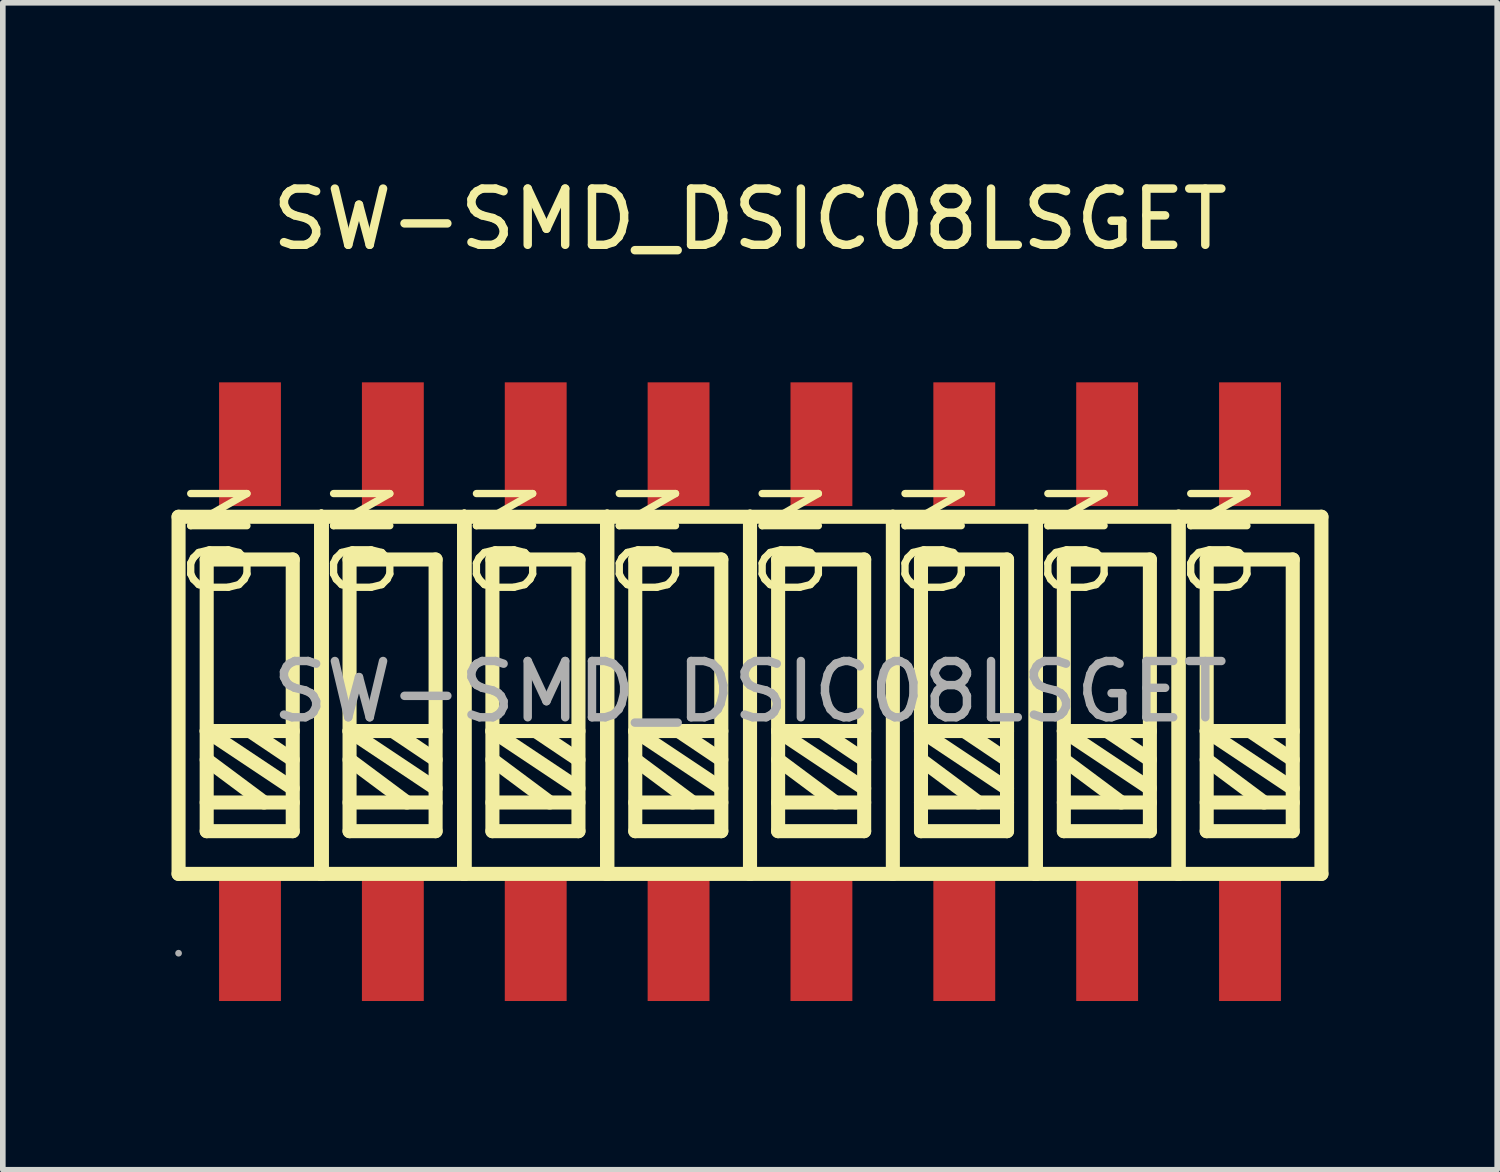
<source format=kicad_pcb>
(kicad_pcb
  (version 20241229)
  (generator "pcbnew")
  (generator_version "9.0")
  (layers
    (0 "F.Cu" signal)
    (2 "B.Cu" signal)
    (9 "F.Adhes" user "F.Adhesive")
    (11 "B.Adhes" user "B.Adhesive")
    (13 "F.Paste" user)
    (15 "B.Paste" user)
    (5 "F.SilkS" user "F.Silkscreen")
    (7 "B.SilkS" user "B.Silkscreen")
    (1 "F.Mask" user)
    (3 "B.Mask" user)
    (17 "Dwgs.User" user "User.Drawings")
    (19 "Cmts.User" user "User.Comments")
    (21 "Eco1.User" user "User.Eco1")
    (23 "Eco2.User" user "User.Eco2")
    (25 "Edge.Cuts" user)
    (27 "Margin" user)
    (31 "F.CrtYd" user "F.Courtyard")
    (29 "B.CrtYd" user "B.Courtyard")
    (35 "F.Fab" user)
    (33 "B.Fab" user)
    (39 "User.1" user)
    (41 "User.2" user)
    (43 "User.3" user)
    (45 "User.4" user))
  (footprint "SW-SMD_DSIC08LSGET"
    (layer "F.Cu")
    (at 10.285 9.248)
    (property "Reference" "SW-SMD_DSIC08LSGET" (at 0 -8.4 0) (layer "F.SilkS") (effects (font (size 1 1) (thickness 0.15))))
    (attr through_hole)
    (fp_line (start -10.16 -3.11) (end -7.62 -3.11) (stroke (width 0.25) (type solid)) (layer "F.SilkS"))
    (fp_line (start -10.16 3.24) (end -10.16 -3.11) (stroke (width 0.25) (type solid)) (layer "F.SilkS"))
    (fp_line (start -9.66 -2.35) (end -8.13 -2.35) (stroke (width 0.25) (type solid)) (layer "F.SilkS"))
    (fp_line (start -9.66 0.7) (end -8.13 0.7) (stroke (width 0.25) (type solid)) (layer "F.SilkS"))
    (fp_line (start -9.66 1.21) (end -8.64 1.97) (stroke (width 0.25) (type solid)) (layer "F.SilkS"))
    (fp_line (start -9.66 1.97) (end -8.13 1.97) (stroke (width 0.25) (type solid)) (layer "F.SilkS"))
    (fp_line (start -9.66 2.48) (end -9.66 -2.35) (stroke (width 0.25) (type solid)) (layer "F.SilkS"))
    (fp_line (start -8.89 0.7) (end -8.13 1.21) (stroke (width 0.25) (type solid)) (layer "F.SilkS"))
    (fp_line (start -8.13 -2.35) (end -8.13 2.48) (stroke (width 0.25) (type solid)) (layer "F.SilkS"))
    (fp_line (start -8.13 1.72) (end -9.66 0.7) (stroke (width 0.25) (type solid)) (layer "F.SilkS"))
    (fp_line (start -8.13 2.48) (end -9.66 2.48) (stroke (width 0.25) (type solid)) (layer "F.SilkS"))
    (fp_line (start -7.62 -3.11) (end -7.62 3.24) (stroke (width 0.25) (type solid)) (layer "F.SilkS"))
    (fp_line (start -7.62 -3.11) (end -7.62 3.24) (stroke (width 0.25) (type solid)) (layer "F.SilkS"))
    (fp_line (start -7.62 -3.11) (end -7.62 3.24) (stroke (width 0.25) (type solid)) (layer "F.SilkS"))
    (fp_line (start -7.62 3.24) (end -10.16 3.24) (stroke (width 0.25) (type solid)) (layer "F.SilkS"))
    (fp_line (start -7.62 3.24) (end -7.62 -3.11) (stroke (width 0.25) (type solid)) (layer "F.SilkS"))
    (fp_line (start -7.62 3.24) (end -7.62 -3.11) (stroke (width 0.25) (type solid)) (layer "F.SilkS"))
    (fp_line (start -7.62 3.24) (end -5.08 3.24) (stroke (width 0.25) (type solid)) (layer "F.SilkS"))
    (fp_line (start -7.12 -2.35) (end -7.12 2.48) (stroke (width 0.25) (type solid)) (layer "F.SilkS"))
    (fp_line (start -7.12 0.7) (end -5.59 1.72) (stroke (width 0.25) (type solid)) (layer "F.SilkS"))
    (fp_line (start -7.12 1.21) (end -6.1 1.97) (stroke (width 0.25) (type solid)) (layer "F.SilkS"))
    (fp_line (start -7.12 1.97) (end -5.59 1.97) (stroke (width 0.25) (type solid)) (layer "F.SilkS"))
    (fp_line (start -7.12 2.48) (end -5.59 2.48) (stroke (width 0.25) (type solid)) (layer "F.SilkS"))
    (fp_line (start -6.35 0.7) (end -5.59 1.21) (stroke (width 0.25) (type solid)) (layer "F.SilkS"))
    (fp_line (start -5.59 -2.35) (end -7.12 -2.35) (stroke (width 0.25) (type solid)) (layer "F.SilkS"))
    (fp_line (start -5.59 0.7) (end -7.12 0.7) (stroke (width 0.25) (type solid)) (layer "F.SilkS"))
    (fp_line (start -5.59 2.48) (end -5.59 -2.35) (stroke (width 0.25) (type solid)) (layer "F.SilkS"))
    (fp_line (start -5.08 -3.11) (end -7.62 -3.11) (stroke (width 0.25) (type solid)) (layer "F.SilkS"))
    (fp_line (start -5.08 -3.11) (end -5.08 3.24) (stroke (width 0.25) (type solid)) (layer "F.SilkS"))
    (fp_line (start -5.08 -3.11) (end -5.08 3.24) (stroke (width 0.25) (type solid)) (layer "F.SilkS"))
    (fp_line (start -5.08 3.24) (end -5.08 -3.11) (stroke (width 0.25) (type solid)) (layer "F.SilkS"))
    (fp_line (start -5.08 3.24) (end -5.08 -3.11) (stroke (width 0.25) (type solid)) (layer "F.SilkS"))
    (fp_line (start -5.08 3.24) (end -2.54 3.24) (stroke (width 0.25) (type solid)) (layer "F.SilkS"))
    (fp_line (start -4.58 -2.35) (end -3.05 -2.35) (stroke (width 0.25) (type solid)) (layer "F.SilkS"))
    (fp_line (start -4.58 0.7) (end -3.05 0.7) (stroke (width 0.25) (type solid)) (layer "F.SilkS"))
    (fp_line (start -4.58 1.21) (end -3.56 1.97) (stroke (width 0.25) (type solid)) (layer "F.SilkS"))
    (fp_line (start -4.58 1.97) (end -3.05 1.97) (stroke (width 0.25) (type solid)) (layer "F.SilkS"))
    (fp_line (start -4.58 2.48) (end -4.58 -2.35) (stroke (width 0.25) (type solid)) (layer "F.SilkS"))
    (fp_line (start -3.81 0.7) (end -3.05 1.21) (stroke (width 0.25) (type solid)) (layer "F.SilkS"))
    (fp_line (start -3.05 -2.35) (end -3.05 2.48) (stroke (width 0.25) (type solid)) (layer "F.SilkS"))
    (fp_line (start -3.05 1.72) (end -4.58 0.7) (stroke (width 0.25) (type solid)) (layer "F.SilkS"))
    (fp_line (start -3.05 2.48) (end -4.58 2.48) (stroke (width 0.25) (type solid)) (layer "F.SilkS"))
    (fp_line (start -2.54 -3.11) (end -5.08 -3.11) (stroke (width 0.25) (type solid)) (layer "F.SilkS"))
    (fp_line (start -2.54 -3.11) (end -2.54 3.24) (stroke (width 0.25) (type solid)) (layer "F.SilkS"))
    (fp_line (start -2.54 3.24) (end -2.54 -3.11) (stroke (width 0.25) (type solid)) (layer "F.SilkS"))
    (fp_line (start -2.54 3.24) (end -2.54 -3.11) (stroke (width 0.25) (type solid)) (layer "F.SilkS"))
    (fp_line (start -2.54 3.24) (end 0 3.24) (stroke (width 0.25) (type solid)) (layer "F.SilkS"))
    (fp_line (start -2.04 -2.35) (end -2.04 2.48) (stroke (width 0.25) (type solid)) (layer "F.SilkS"))
    (fp_line (start -2.04 0.7) (end -0.51 1.72) (stroke (width 0.25) (type solid)) (layer "F.SilkS"))
    (fp_line (start -2.04 1.21) (end -1.02 1.97) (stroke (width 0.25) (type solid)) (layer "F.SilkS"))
    (fp_line (start -2.04 1.97) (end -0.51 1.97) (stroke (width 0.25) (type solid)) (layer "F.SilkS"))
    (fp_line (start -2.04 2.48) (end -0.51 2.48) (stroke (width 0.25) (type solid)) (layer "F.SilkS"))
    (fp_line (start -1.27 0.7) (end -0.51 1.21) (stroke (width 0.25) (type solid)) (layer "F.SilkS"))
    (fp_line (start -0.51 -2.35) (end -2.04 -2.35) (stroke (width 0.25) (type solid)) (layer "F.SilkS"))
    (fp_line (start -0.51 0.7) (end -2.04 0.7) (stroke (width 0.25) (type solid)) (layer "F.SilkS"))
    (fp_line (start -0.51 2.48) (end -0.51 -2.35) (stroke (width 0.25) (type solid)) (layer "F.SilkS"))
    (fp_line (start 0 -3.11) (end -2.54 -3.11) (stroke (width 0.25) (type solid)) (layer "F.SilkS"))
    (fp_line (start 0 -3.11) (end 0 3.24) (stroke (width 0.25) (type solid)) (layer "F.SilkS"))
    (fp_line (start 0 3.24) (end 0 -3.11) (stroke (width 0.25) (type solid)) (layer "F.SilkS"))
    (fp_line (start 0 3.24) (end 2.54 3.24) (stroke (width 0.25) (type solid)) (layer "F.SilkS"))
    (fp_line (start 0.5 -2.35) (end 2.03 -2.35) (stroke (width 0.25) (type solid)) (layer "F.SilkS"))
    (fp_line (start 0.5 0.7) (end 2.03 0.7) (stroke (width 0.25) (type solid)) (layer "F.SilkS"))
    (fp_line (start 0.5 1.21) (end 1.52 1.97) (stroke (width 0.25) (type solid)) (layer "F.SilkS"))
    (fp_line (start 0.5 1.97) (end 2.03 1.97) (stroke (width 0.25) (type solid)) (layer "F.SilkS"))
    (fp_line (start 0.5 2.48) (end 0.5 -2.35) (stroke (width 0.25) (type solid)) (layer "F.SilkS"))
    (fp_line (start 1.27 0.7) (end 2.03 1.21) (stroke (width 0.25) (type solid)) (layer "F.SilkS"))
    (fp_line (start 2.03 -2.35) (end 2.03 2.48) (stroke (width 0.25) (type solid)) (layer "F.SilkS"))
    (fp_line (start 2.03 1.72) (end 0.5 0.7) (stroke (width 0.25) (type solid)) (layer "F.SilkS"))
    (fp_line (start 2.03 2.48) (end 0.5 2.48) (stroke (width 0.25) (type solid)) (layer "F.SilkS"))
    (fp_line (start 2.54 -3.11) (end 0 -3.11) (stroke (width 0.25) (type solid)) (layer "F.SilkS"))
    (fp_line (start 2.54 -3.11) (end 5.08 -3.11) (stroke (width 0.25) (type solid)) (layer "F.SilkS"))
    (fp_line (start 2.54 3.24) (end 2.54 -3.11) (stroke (width 0.25) (type solid)) (layer "F.SilkS"))
    (fp_line (start 3.04 -2.35) (end 3.04 2.48) (stroke (width 0.25) (type solid)) (layer "F.SilkS"))
    (fp_line (start 3.04 0.7) (end 4.57 1.72) (stroke (width 0.25) (type solid)) (layer "F.SilkS"))
    (fp_line (start 3.04 1.21) (end 4.06 1.97) (stroke (width 0.25) (type solid)) (layer "F.SilkS"))
    (fp_line (start 3.04 1.97) (end 4.57 1.97) (stroke (width 0.25) (type solid)) (layer "F.SilkS"))
    (fp_line (start 3.04 2.48) (end 4.57 2.48) (stroke (width 0.25) (type solid)) (layer "F.SilkS"))
    (fp_line (start 3.81 0.7) (end 4.57 1.21) (stroke (width 0.25) (type solid)) (layer "F.SilkS"))
    (fp_line (start 4.57 -2.35) (end 3.04 -2.35) (stroke (width 0.25) (type solid)) (layer "F.SilkS"))
    (fp_line (start 4.57 0.7) (end 3.04 0.7) (stroke (width 0.25) (type solid)) (layer "F.SilkS"))
    (fp_line (start 4.57 2.48) (end 4.57 -2.35) (stroke (width 0.25) (type solid)) (layer "F.SilkS"))
    (fp_line (start 5.08 -3.11) (end 5.08 3.24) (stroke (width 0.25) (type solid)) (layer "F.SilkS"))
    (fp_line (start 5.08 -3.11) (end 5.08 3.24) (stroke (width 0.25) (type solid)) (layer "F.SilkS"))
    (fp_line (start 5.08 -3.11) (end 7.62 -3.11) (stroke (width 0.25) (type solid)) (layer "F.SilkS"))
    (fp_line (start 5.08 3.24) (end 2.54 3.24) (stroke (width 0.25) (type solid)) (layer "F.SilkS"))
    (fp_line (start 5.08 3.24) (end 5.08 -3.11) (stroke (width 0.25) (type solid)) (layer "F.SilkS"))
    (fp_line (start 5.58 -2.35) (end 7.11 -2.35) (stroke (width 0.25) (type solid)) (layer "F.SilkS"))
    (fp_line (start 5.58 0.7) (end 7.11 0.7) (stroke (width 0.25) (type solid)) (layer "F.SilkS"))
    (fp_line (start 5.58 1.21) (end 6.6 1.97) (stroke (width 0.25) (type solid)) (layer "F.SilkS"))
    (fp_line (start 5.58 1.97) (end 7.11 1.97) (stroke (width 0.25) (type solid)) (layer "F.SilkS"))
    (fp_line (start 5.58 2.48) (end 5.58 -2.35) (stroke (width 0.25) (type solid)) (layer "F.SilkS"))
    (fp_line (start 6.35 0.7) (end 7.11 1.21) (stroke (width 0.25) (type solid)) (layer "F.SilkS"))
    (fp_line (start 7.11 -2.35) (end 7.11 2.48) (stroke (width 0.25) (type solid)) (layer "F.SilkS"))
    (fp_line (start 7.11 1.72) (end 5.58 0.7) (stroke (width 0.25) (type solid)) (layer "F.SilkS"))
    (fp_line (start 7.11 2.48) (end 5.58 2.48) (stroke (width 0.25) (type solid)) (layer "F.SilkS"))
    (fp_line (start 7.62 -3.11) (end 7.62 3.24) (stroke (width 0.25) (type solid)) (layer "F.SilkS"))
    (fp_line (start 7.62 -3.11) (end 7.62 3.24) (stroke (width 0.25) (type solid)) (layer "F.SilkS"))
    (fp_line (start 7.62 3.24) (end 5.08 3.24) (stroke (width 0.25) (type solid)) (layer "F.SilkS"))
    (fp_line (start 7.62 3.24) (end 10.16 3.24) (stroke (width 0.25) (type solid)) (layer "F.SilkS"))
    (fp_line (start 8.12 -2.35) (end 8.12 2.48) (stroke (width 0.25) (type solid)) (layer "F.SilkS"))
    (fp_line (start 8.12 0.7) (end 9.65 1.72) (stroke (width 0.25) (type solid)) (layer "F.SilkS"))
    (fp_line (start 8.12 1.21) (end 9.14 1.97) (stroke (width 0.25) (type solid)) (layer "F.SilkS"))
    (fp_line (start 8.12 1.97) (end 9.65 1.97) (stroke (width 0.25) (type solid)) (layer "F.SilkS"))
    (fp_line (start 8.12 2.48) (end 9.65 2.48) (stroke (width 0.25) (type solid)) (layer "F.SilkS"))
    (fp_line (start 8.89 0.7) (end 9.65 1.21) (stroke (width 0.25) (type solid)) (layer "F.SilkS"))
    (fp_line (start 9.65 -2.35) (end 8.12 -2.35) (stroke (width 0.25) (type solid)) (layer "F.SilkS"))
    (fp_line (start 9.65 0.7) (end 8.12 0.7) (stroke (width 0.25) (type solid)) (layer "F.SilkS"))
    (fp_line (start 9.65 2.48) (end 9.65 -2.35) (stroke (width 0.25) (type solid)) (layer "F.SilkS"))
    (fp_line (start 10.16 -3.11) (end 7.62 -3.11) (stroke (width 0.25) (type solid)) (layer "F.SilkS"))
    (fp_line (start 10.16 3.24) (end 10.16 -3.11) (stroke (width 0.25) (type solid)) (layer "F.SilkS"))
    (fp_circle (center -10.16 4.65) (end -10.13 4.65) (stroke (width 0.06) (type solid)) (fill no) (layer "F.Fab"))
    (fp_text user "ON" (at 3.3 -1.58 270) (layer "F.SilkS") (effects (font (size 1 1) (thickness 0.13)) (justify left)))
    (fp_text user "ON" (at 0.76 -1.58 270) (layer "F.SilkS") (effects (font (size 1 1) (thickness 0.13)) (justify left)))
    (fp_text user "ON" (at -4.32 -1.58 270) (layer "F.SilkS") (effects (font (size 1 1) (thickness 0.13)) (justify left)))
    (fp_text user "ON" (at 8.38 -1.58 270) (layer "F.SilkS") (effects (font (size 1 1) (thickness 0.13)) (justify left)))
    (fp_text user "ON" (at -9.4 -1.58 270) (layer "F.SilkS") (effects (font (size 1 1) (thickness 0.13)) (justify left)))
    (fp_text user "ON" (at -6.86 -1.58 270) (layer "F.SilkS") (effects (font (size 1 1) (thickness 0.13)) (justify left)))
    (fp_text user "ON" (at 5.84 -1.58 270) (layer "F.SilkS") (effects (font (size 1 1) (thickness 0.13)) (justify left)))
    (fp_text user "ON" (at -1.78 -1.58 270) (layer "F.SilkS") (effects (font (size 1 1) (thickness 0.13)) (justify left)))
    (fp_text user "${REFERENCE}" (at 0 0 0) (layer "F.Fab") (effects (font (size 1 1) (thickness 0.15))))
    (pad "1" smd rect (at -8.89 4.4 270) (size 2.2 1.1) (layers "F.Cu" "F.Mask" "F.Paste"))
    (pad "2" smd rect (at -6.35 4.4 270) (size 2.2 1.1) (layers "F.Cu" "F.Mask" "F.Paste"))
    (pad "3" smd rect (at -3.81 4.4 270) (size 2.2 1.1) (layers "F.Cu" "F.Mask" "F.Paste"))
    (pad "4" smd rect (at -1.27 4.4 270) (size 2.2 1.1) (layers "F.Cu" "F.Mask" "F.Paste"))
    (pad "5" smd rect (at 1.27 4.4 270) (size 2.2 1.1) (layers "F.Cu" "F.Mask" "F.Paste"))
    (pad "6" smd rect (at 3.81 4.4 270) (size 2.2 1.1) (layers "F.Cu" "F.Mask" "F.Paste"))
    (pad "7" smd rect (at 6.35 4.4 270) (size 2.2 1.1) (layers "F.Cu" "F.Mask" "F.Paste"))
    (pad "8" smd rect (at 8.89 4.4 270) (size 2.2 1.1) (layers "F.Cu" "F.Mask" "F.Paste"))
    (pad "9" smd rect (at 8.89 -4.4 270) (size 2.2 1.1) (layers "F.Cu" "F.Mask" "F.Paste"))
    (pad "10" smd rect (at 6.35 -4.4 270) (size 2.2 1.1) (layers "F.Cu" "F.Mask" "F.Paste"))
    (pad "11" smd rect (at 3.81 -4.4 270) (size 2.2 1.1) (layers "F.Cu" "F.Mask" "F.Paste"))
    (pad "12" smd rect (at 1.27 -4.4 270) (size 2.2 1.1) (layers "F.Cu" "F.Mask" "F.Paste"))
    (pad "13" smd rect (at -1.27 -4.4 270) (size 2.2 1.1) (layers "F.Cu" "F.Mask" "F.Paste"))
    (pad "14" smd rect (at -3.81 -4.4 270) (size 2.2 1.1) (layers "F.Cu" "F.Mask" "F.Paste"))
    (pad "15" smd rect (at -6.35 -4.4 270) (size 2.2 1.1) (layers "F.Cu" "F.Mask" "F.Paste"))
    (pad "16" smd rect (at -8.89 -4.4 270) (size 2.2 1.1) (layers "F.Cu" "F.Mask" "F.Paste")))
  (gr_rect
    (start -3 -3)
    (end 23.57 17.748)
    (stroke (width 0.1) (type default))
    (fill no)
    (layer "Edge.Cuts")))
</source>
